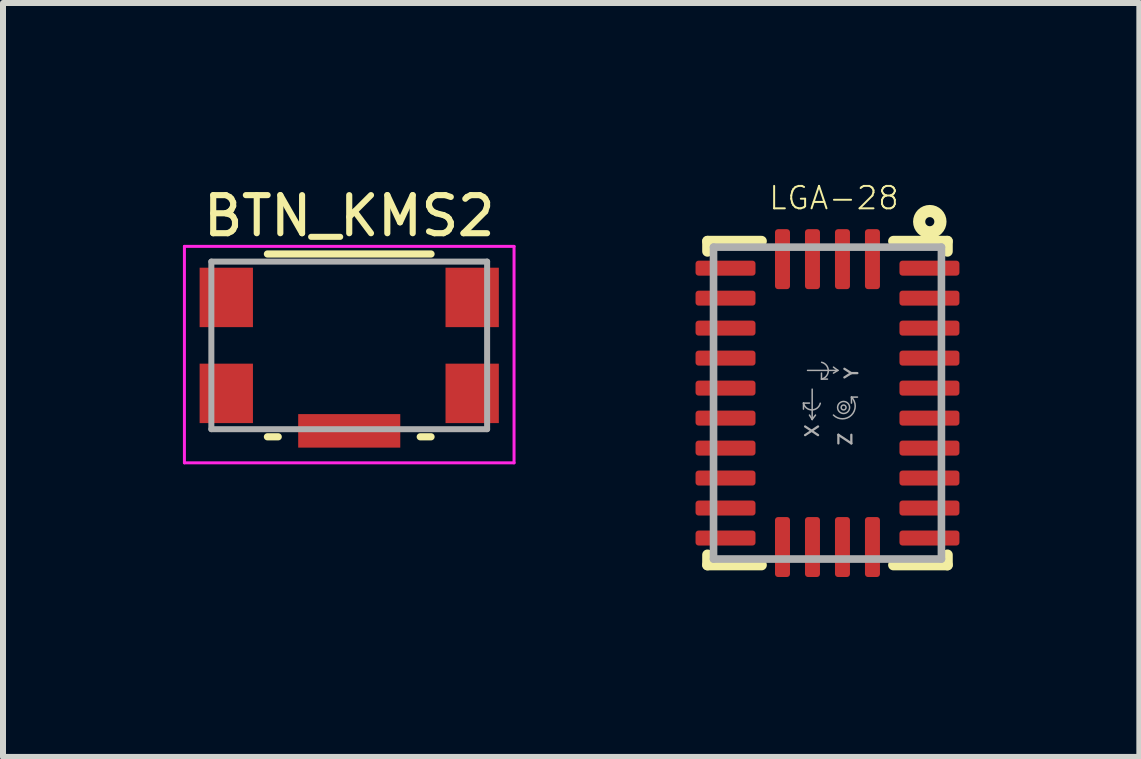
<source format=kicad_pcb>
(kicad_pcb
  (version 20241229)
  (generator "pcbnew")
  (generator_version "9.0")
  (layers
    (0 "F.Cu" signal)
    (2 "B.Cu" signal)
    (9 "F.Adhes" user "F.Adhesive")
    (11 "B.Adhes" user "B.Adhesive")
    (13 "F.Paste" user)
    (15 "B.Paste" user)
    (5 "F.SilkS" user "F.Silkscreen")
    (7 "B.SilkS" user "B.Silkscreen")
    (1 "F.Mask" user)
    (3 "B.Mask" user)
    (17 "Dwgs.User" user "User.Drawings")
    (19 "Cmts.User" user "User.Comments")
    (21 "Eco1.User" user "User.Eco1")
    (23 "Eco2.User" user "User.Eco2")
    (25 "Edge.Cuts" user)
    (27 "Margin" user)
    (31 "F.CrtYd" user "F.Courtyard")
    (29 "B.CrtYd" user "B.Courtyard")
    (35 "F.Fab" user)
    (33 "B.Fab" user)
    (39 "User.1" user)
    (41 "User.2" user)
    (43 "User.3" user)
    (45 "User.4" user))
  (footprint "BTN_KMS2"
    (layer "F.Cu")
    (at 2.773 2.709)
    (property "Reference" "BTN_KMS2" (at 0 -2.159 0) (layer "F.SilkS") (effects (font (size 0.635 0.635) (thickness 0.102))))
    (attr smd)
    (fp_line (start -1.364 1.524) (end -1.184 1.524) (stroke (width 0.12) (type solid)) (layer "F.SilkS"))
    (fp_line (start 1.184 1.524) (end 1.364 1.524) (stroke (width 0.12) (type solid)) (layer "F.SilkS"))
    (fp_line (start 1.364 -1.524) (end -1.364 -1.524) (stroke (width 0.12) (type solid)) (layer "F.SilkS"))
    (fp_line (start -2.748 -1.651) (end -2.748 1.958) (stroke (width 0.05) (type solid)) (layer "F.CrtYd"))
    (fp_line (start -2.748 1.958) (end 2.748 1.958) (stroke (width 0.05) (type solid)) (layer "F.CrtYd"))
    (fp_line (start 2.748 -1.651) (end -2.748 -1.651) (stroke (width 0.05) (type solid)) (layer "F.CrtYd"))
    (fp_line (start 2.748 1.958) (end 2.748 -1.651) (stroke (width 0.05) (type solid)) (layer "F.CrtYd"))
    (fp_line (start -2.299 -1.397) (end -2.299 1.397) (stroke (width 0.1) (type solid)) (layer "F.Fab"))
    (fp_line (start -2.299 1.397) (end 2.299 1.397) (stroke (width 0.1) (type solid)) (layer "F.Fab"))
    (fp_line (start 2.299 -1.397) (end -2.299 -1.397) (stroke (width 0.1) (type solid)) (layer "F.Fab"))
    (fp_line (start 2.299 1.397) (end 2.299 -1.397) (stroke (width 0.1) (type solid)) (layer "F.Fab"))
    (pad "1" smd rect (at -2.05 -0.8) (size 0.889 0.991) (layers "F.Cu" "F.Mask" "F.Paste"))
    (pad "2" smd rect (at 2.05 -0.8) (size 0.889 0.991) (layers "F.Cu" "F.Mask" "F.Paste"))
    (pad "3" smd rect (at -2.05 0.8) (size 0.889 0.991) (layers "F.Cu" "F.Mask" "F.Paste"))
    (pad "4" smd rect (at 2.05 0.8) (size 0.889 0.991) (layers "F.Cu" "F.Mask" "F.Paste"))
    (pad "5" smd rect (at 0 1.425) (size 1.702 0.559) (layers "F.Cu" "F.Mask" "F.Paste")))
  (footprint "LGA-28"
    (layer "F.Cu")
    (at 10.747 3.671)
    (property "Reference" "LGA-28" (at -1 -3.2 0) (layer "F.SilkS") (effects (font (size 0.374 0.374) (thickness 0.033)) (justify left bottom)))
    (fp_line (start -2 -2.53) (end -2 -2.7) (stroke (width 0.178) (type solid)) (layer "F.SilkS"))
    (fp_line (start -2 2.53) (end -2 2.7) (stroke (width 0.178) (type solid)) (layer "F.SilkS"))
    (fp_line (start -1.1 -2.7) (end -2 -2.7) (stroke (width 0.178) (type solid)) (layer "F.SilkS"))
    (fp_line (start -1.1 2.7) (end -2 2.7) (stroke (width 0.178) (type solid)) (layer "F.SilkS"))
    (fp_line (start 1.1 -2.7) (end 2 -2.7) (stroke (width 0.178) (type solid)) (layer "F.SilkS"))
    (fp_line (start 1.1 2.7) (end 2 2.7) (stroke (width 0.178) (type solid)) (layer "F.SilkS"))
    (fp_line (start 2 -2.53) (end 2 -2.7) (stroke (width 0.178) (type solid)) (layer "F.SilkS"))
    (fp_line (start 2 2.53) (end 2 2.7) (stroke (width 0.178) (type solid)) (layer "F.SilkS"))
    (fp_circle (center 1.706 -3.025) (end 1.782 -3.025) (stroke (width 0.203) (type solid)) (fill no) (layer "F.SilkS"))
    (fp_poly (pts (xy -1.9 -2.125) (xy -1.2 -2.125) (xy -1.2 -2.375) (xy -1.9 -2.375)) (stroke (width 0) (type default)) (fill yes) (layer "F.Paste"))
    (fp_poly (pts (xy -1.9 -1.625) (xy -1.2 -1.625) (xy -1.2 -1.875) (xy -1.9 -1.875)) (stroke (width 0) (type default)) (fill yes) (layer "F.Paste"))
    (fp_poly (pts (xy -1.9 -1.125) (xy -1.2 -1.125) (xy -1.2 -1.375) (xy -1.9 -1.375)) (stroke (width 0) (type default)) (fill yes) (layer "F.Paste"))
    (fp_poly (pts (xy -1.9 -0.625) (xy -1.2 -0.625) (xy -1.2 -0.875) (xy -1.9 -0.875)) (stroke (width 0) (type default)) (fill yes) (layer "F.Paste"))
    (fp_poly (pts (xy -1.9 -0.125) (xy -1.2 -0.125) (xy -1.2 -0.375) (xy -1.9 -0.375)) (stroke (width 0) (type default)) (fill yes) (layer "F.Paste"))
    (fp_poly (pts (xy -1.9 0.375) (xy -1.2 0.375) (xy -1.2 0.125) (xy -1.9 0.125)) (stroke (width 0) (type default)) (fill yes) (layer "F.Paste"))
    (fp_poly (pts (xy -1.9 0.875) (xy -1.2 0.875) (xy -1.2 0.625) (xy -1.9 0.625)) (stroke (width 0) (type default)) (fill yes) (layer "F.Paste"))
    (fp_poly (pts (xy -1.9 1.375) (xy -1.2 1.375) (xy -1.2 1.125) (xy -1.9 1.125)) (stroke (width 0) (type default)) (fill yes) (layer "F.Paste"))
    (fp_poly (pts (xy -1.9 1.875) (xy -1.2 1.875) (xy -1.2 1.625) (xy -1.9 1.625)) (stroke (width 0) (type default)) (fill yes) (layer "F.Paste"))
    (fp_poly (pts (xy -1.9 2.375) (xy -1.2 2.375) (xy -1.2 2.125) (xy -1.9 2.125)) (stroke (width 0) (type default)) (fill yes) (layer "F.Paste"))
    (fp_poly (pts (xy -0.875 -2.6) (xy -0.875 -1.9) (xy -0.625 -1.9) (xy -0.625 -2.6)) (stroke (width 0) (type default)) (fill yes) (layer "F.Paste"))
    (fp_poly (pts (xy -0.625 2.6) (xy -0.625 1.9) (xy -0.875 1.9) (xy -0.875 2.6)) (stroke (width 0) (type default)) (fill yes) (layer "F.Paste"))
    (fp_poly (pts (xy -0.375 -2.6) (xy -0.375 -1.9) (xy -0.125 -1.9) (xy -0.125 -2.6)) (stroke (width 0) (type default)) (fill yes) (layer "F.Paste"))
    (fp_poly (pts (xy -0.125 2.6) (xy -0.125 1.9) (xy -0.375 1.9) (xy -0.375 2.6)) (stroke (width 0) (type default)) (fill yes) (layer "F.Paste"))
    (fp_poly (pts (xy 0.125 -2.6) (xy 0.125 -1.9) (xy 0.375 -1.9) (xy 0.375 -2.6)) (stroke (width 0) (type default)) (fill yes) (layer "F.Paste"))
    (fp_poly (pts (xy 0.375 2.6) (xy 0.375 1.9) (xy 0.125 1.9) (xy 0.125 2.6)) (stroke (width 0) (type default)) (fill yes) (layer "F.Paste"))
    (fp_poly (pts (xy 0.625 -2.6) (xy 0.625 -1.9) (xy 0.875 -1.9) (xy 0.875 -2.6)) (stroke (width 0) (type default)) (fill yes) (layer "F.Paste"))
    (fp_poly (pts (xy 0.875 2.6) (xy 0.875 1.9) (xy 0.625 1.9) (xy 0.625 2.6)) (stroke (width 0) (type default)) (fill yes) (layer "F.Paste"))
    (fp_poly (pts (xy 1.9 -2.375) (xy 1.2 -2.375) (xy 1.2 -2.125) (xy 1.9 -2.125)) (stroke (width 0) (type default)) (fill yes) (layer "F.Paste"))
    (fp_poly (pts (xy 1.9 -1.875) (xy 1.2 -1.875) (xy 1.2 -1.625) (xy 1.9 -1.625)) (stroke (width 0) (type default)) (fill yes) (layer "F.Paste"))
    (fp_poly (pts (xy 1.9 -1.375) (xy 1.2 -1.375) (xy 1.2 -1.125) (xy 1.9 -1.125)) (stroke (width 0) (type default)) (fill yes) (layer "F.Paste"))
    (fp_poly (pts (xy 1.9 -0.875) (xy 1.2 -0.875) (xy 1.2 -0.625) (xy 1.9 -0.625)) (stroke (width 0) (type default)) (fill yes) (layer "F.Paste"))
    (fp_poly (pts (xy 1.9 -0.375) (xy 1.2 -0.375) (xy 1.2 -0.125) (xy 1.9 -0.125)) (stroke (width 0) (type default)) (fill yes) (layer "F.Paste"))
    (fp_poly (pts (xy 1.9 0.125) (xy 1.2 0.125) (xy 1.2 0.375) (xy 1.9 0.375)) (stroke (width 0) (type default)) (fill yes) (layer "F.Paste"))
    (fp_poly (pts (xy 1.9 0.625) (xy 1.2 0.625) (xy 1.2 0.875) (xy 1.9 0.875)) (stroke (width 0) (type default)) (fill yes) (layer "F.Paste"))
    (fp_poly (pts (xy 1.9 1.125) (xy 1.2 1.125) (xy 1.2 1.375) (xy 1.9 1.375)) (stroke (width 0) (type default)) (fill yes) (layer "F.Paste"))
    (fp_poly (pts (xy 1.9 1.625) (xy 1.2 1.625) (xy 1.2 1.875) (xy 1.9 1.875)) (stroke (width 0) (type default)) (fill yes) (layer "F.Paste"))
    (fp_poly (pts (xy 1.9 2.125) (xy 1.2 2.125) (xy 1.2 2.375) (xy 1.9 2.375)) (stroke (width 0) (type default)) (fill yes) (layer "F.Paste"))
    (fp_line (start -1.9 -2.6) (end 1.9 -2.6) (stroke (width 0.127) (type solid)) (layer "F.Fab"))
    (fp_line (start -1.9 2.6) (end -1.9 -2.6) (stroke (width 0.127) (type solid)) (layer "F.Fab"))
    (fp_line (start -0.4 0) (end -0.3 0) (stroke (width 0.025) (type solid)) (layer "F.Fab"))
    (fp_line (start -0.4 0.1) (end -0.4 0) (stroke (width 0.025) (type solid)) (layer "F.Fab"))
    (fp_line (start -0.255 0.273) (end -0.3 0.2) (stroke (width 0.025) (type solid)) (layer "F.Fab"))
    (fp_line (start -0.255 0.273) (end -0.255 -0.232) (stroke (width 0.025) (type solid)) (layer "F.Fab"))
    (fp_line (start -0.255 0.273) (end -0.2 0.2) (stroke (width 0.025) (type solid)) (layer "F.Fab"))
    (fp_line (start -0.1 -0.4) (end -0.1 -0.5) (stroke (width 0.025) (type solid)) (layer "F.Fab"))
    (fp_line (start 0 -0.4) (end -0.1 -0.4) (stroke (width 0.025) (type solid)) (layer "F.Fab"))
    (fp_line (start 0.173 -0.545) (end -0.332 -0.545) (stroke (width 0.025) (type solid)) (layer "F.Fab"))
    (fp_line (start 0.173 -0.545) (end 0.1 -0.6) (stroke (width 0.025) (type solid)) (layer "F.Fab"))
    (fp_line (start 0.173 -0.545) (end 0.1 -0.5) (stroke (width 0.025) (type solid)) (layer "F.Fab"))
    (fp_line (start 0.4 -0.1) (end 0.4 0) (stroke (width 0.025) (type solid)) (layer "F.Fab"))
    (fp_line (start 0.5 -0.1) (end 0.4 -0.1) (stroke (width 0.025) (type solid)) (layer "F.Fab"))
    (fp_line (start 1.9 -2.6) (end 1.9 2.6) (stroke (width 0.127) (type solid)) (layer "F.Fab"))
    (fp_line (start 1.9 2.6) (end -1.9 2.6) (stroke (width 0.127) (type solid)) (layer "F.Fab"))
    (fp_arc (start -0.12 0.003) (mid -0.2612 0.1135) (end -0.399999 0) (stroke (width 0.0254) (type solid)) (layer "F.Fab"))
    (fp_arc (start -0.097 -0.68) (mid 0.0135 -0.5388) (end -0.1 -0.399999) (stroke (width 0.0254) (type solid)) (layer "F.Fab"))
    (fp_arc (start 0.4 -0.100002) (mid 0.400001 0.199999) (end 0.1 0.2) (stroke (width 0.0254) (type solid)) (layer "F.Fab"))
    (fp_circle (center 0.269 0.073) (end 0.31 0.073) (stroke (width 0.025) (type solid)) (fill no) (layer "F.Fab"))
    (fp_circle (center 0.269 0.073) (end 0.369 0.073) (stroke (width 0.025) (type solid)) (fill no) (layer "F.Fab"))
    (fp_text user "X" (at -0.255 0.462 90) (layer "F.Fab") (effects (font (size 0.216 0.216) (thickness 0.038))))
    (fp_text user "Z" (at 0.3 0.6 90) (layer "F.Fab") (effects (font (size 0.216 0.216) (thickness 0.038))))
    (fp_text user "Y" (at 0.4 -0.5 90) (layer "F.Fab") (effects (font (size 0.216 0.216) (thickness 0.038))))
    (pad "1" smd roundrect (at 1.7 -2.25 90) (size 0.25 1) (layers "F.Cu" "F.Mask") (roundrect_rratio 0.203))
    (pad "2" smd roundrect (at 0.75 -2.4 180) (size 0.25 1) (layers "F.Cu" "F.Mask") (roundrect_rratio 0.203))
    (pad "3" smd roundrect (at 0.25 -2.4 180) (size 0.25 1) (layers "F.Cu" "F.Mask") (roundrect_rratio 0.203))
    (pad "4" smd roundrect (at -0.25 -2.4 180) (size 0.25 1) (layers "F.Cu" "F.Mask") (roundrect_rratio 0.203))
    (pad "5" smd roundrect (at -0.75 -2.4 180) (size 0.25 1) (layers "F.Cu" "F.Mask") (roundrect_rratio 0.203))
    (pad "6" smd roundrect (at -1.7 -2.25 270) (size 0.25 1) (layers "F.Cu" "F.Mask") (roundrect_rratio 0.203))
    (pad "7" smd roundrect (at -1.7 -1.75 270) (size 0.25 1) (layers "F.Cu" "F.Mask") (roundrect_rratio 0.203))
    (pad "8" smd roundrect (at -1.7 -1.25 270) (size 0.25 1) (layers "F.Cu" "F.Mask") (roundrect_rratio 0.203))
    (pad "9" smd roundrect (at -1.7 -0.75 270) (size 0.25 1) (layers "F.Cu" "F.Mask") (roundrect_rratio 0.203))
    (pad "10" smd roundrect (at -1.7 -0.25 270) (size 0.25 1) (layers "F.Cu" "F.Mask") (roundrect_rratio 0.203))
    (pad "11" smd roundrect (at -1.7 0.25 270) (size 0.25 1) (layers "F.Cu" "F.Mask") (roundrect_rratio 0.203))
    (pad "12" smd roundrect (at -1.7 0.75 270) (size 0.25 1) (layers "F.Cu" "F.Mask") (roundrect_rratio 0.203))
    (pad "13" smd roundrect (at -1.7 1.25 270) (size 0.25 1) (layers "F.Cu" "F.Mask") (roundrect_rratio 0.203))
    (pad "14" smd roundrect (at -1.7 1.75 270) (size 0.25 1) (layers "F.Cu" "F.Mask") (roundrect_rratio 0.203))
    (pad "15" smd roundrect (at -1.7 2.25 270) (size 0.25 1) (layers "F.Cu" "F.Mask") (roundrect_rratio 0.203))
    (pad "16" smd roundrect (at -0.75 2.4 180) (size 0.25 1) (layers "F.Cu" "F.Mask") (roundrect_rratio 0.203))
    (pad "17" smd roundrect (at -0.25 2.4 180) (size 0.25 1) (layers "F.Cu" "F.Mask") (roundrect_rratio 0.203))
    (pad "18" smd roundrect (at 0.25 2.4 180) (size 0.25 1) (layers "F.Cu" "F.Mask") (roundrect_rratio 0.203))
    (pad "19" smd roundrect (at 0.75 2.4 180) (size 0.25 1) (layers "F.Cu" "F.Mask") (roundrect_rratio 0.203))
    (pad "20" smd roundrect (at 1.7 2.25 90) (size 0.25 1) (layers "F.Cu" "F.Mask") (roundrect_rratio 0.203))
    (pad "21" smd roundrect (at 1.7 1.75 90) (size 0.25 1) (layers "F.Cu" "F.Mask") (roundrect_rratio 0.203))
    (pad "22" smd roundrect (at 1.7 1.25 90) (size 0.25 1) (layers "F.Cu" "F.Mask") (roundrect_rratio 0.203))
    (pad "23" smd roundrect (at 1.7 0.75 90) (size 0.25 1) (layers "F.Cu" "F.Mask") (roundrect_rratio 0.203))
    (pad "24" smd roundrect (at 1.7 0.25 90) (size 0.25 1) (layers "F.Cu" "F.Mask") (roundrect_rratio 0.203))
    (pad "25" smd roundrect (at 1.7 -0.25 90) (size 0.25 1) (layers "F.Cu" "F.Mask") (roundrect_rratio 0.203))
    (pad "26" smd roundrect (at 1.7 -0.75 90) (size 0.25 1) (layers "F.Cu" "F.Mask") (roundrect_rratio 0.203))
    (pad "27" smd roundrect (at 1.7 -1.25 90) (size 0.25 1) (layers "F.Cu" "F.Mask") (roundrect_rratio 0.203))
    (pad "28" smd roundrect (at 1.7 -1.75 90) (size 0.25 1) (layers "F.Cu" "F.Mask") (roundrect_rratio 0.203)))
  (gr_rect
    (start -3 -3)
    (end 15.947 9.571)
    (stroke (width 0.1) (type default))
    (fill no)
    (layer "Edge.Cuts")))
</source>
